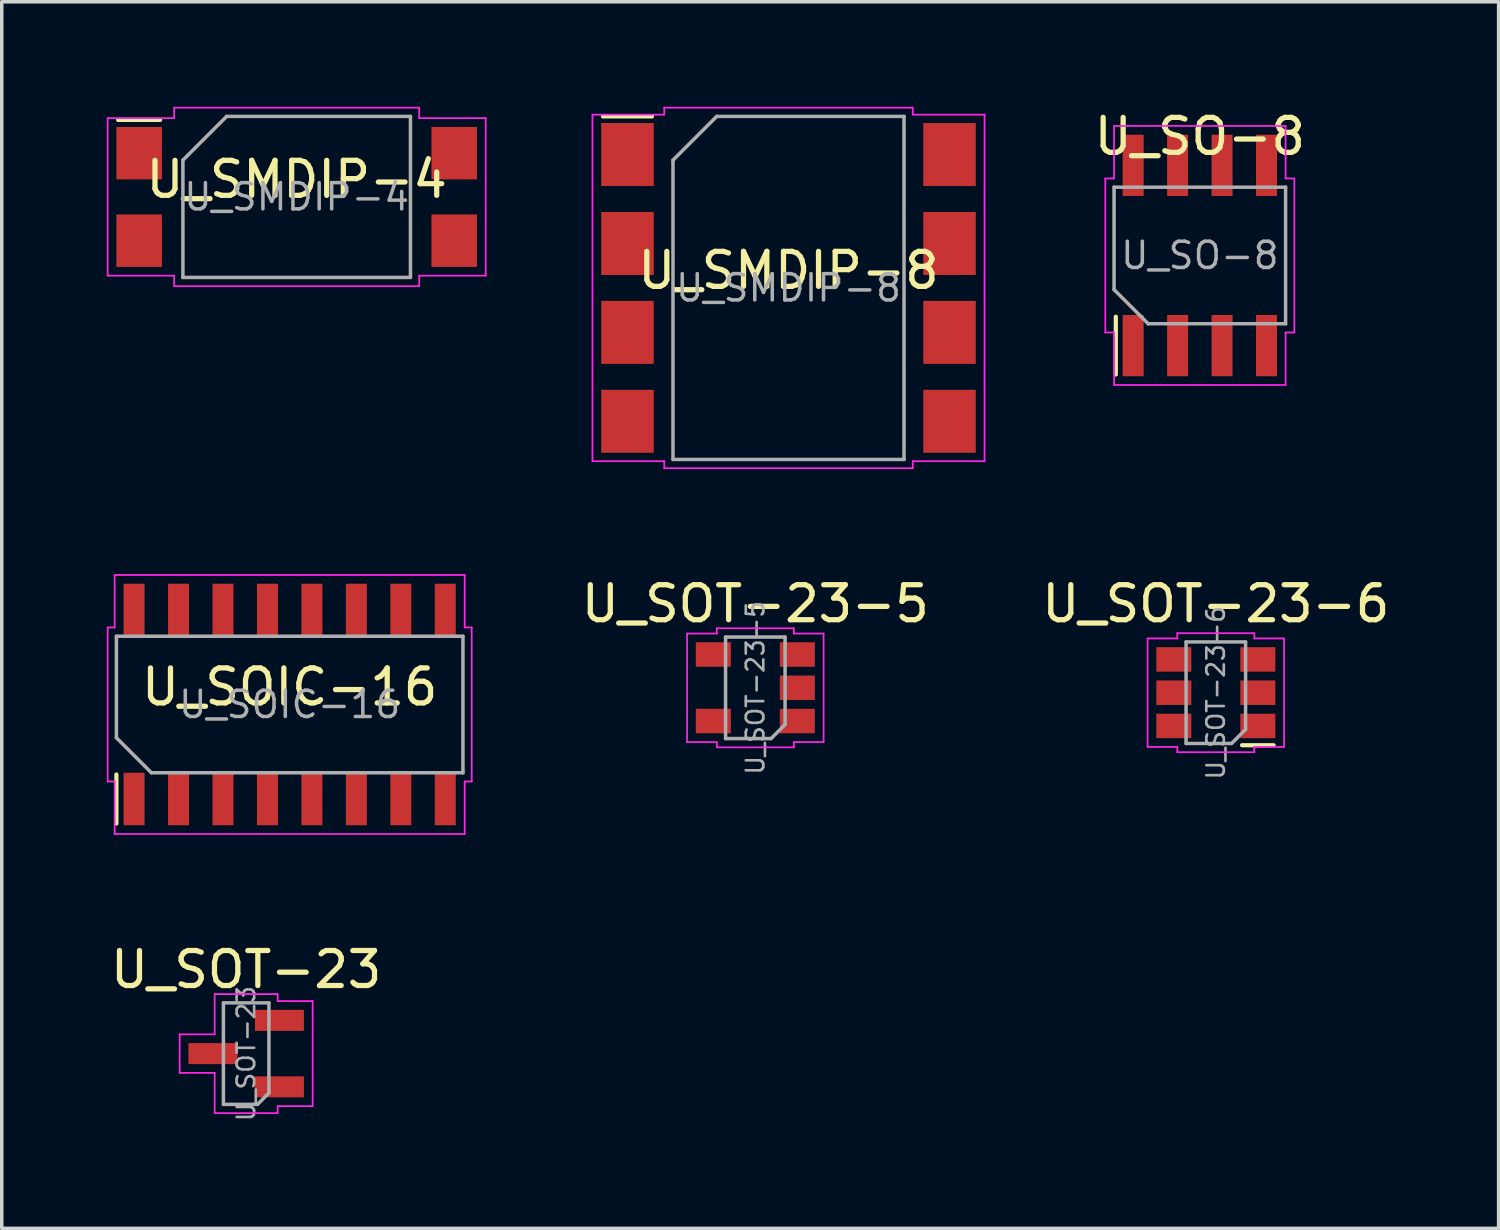
<source format=kicad_pcb>
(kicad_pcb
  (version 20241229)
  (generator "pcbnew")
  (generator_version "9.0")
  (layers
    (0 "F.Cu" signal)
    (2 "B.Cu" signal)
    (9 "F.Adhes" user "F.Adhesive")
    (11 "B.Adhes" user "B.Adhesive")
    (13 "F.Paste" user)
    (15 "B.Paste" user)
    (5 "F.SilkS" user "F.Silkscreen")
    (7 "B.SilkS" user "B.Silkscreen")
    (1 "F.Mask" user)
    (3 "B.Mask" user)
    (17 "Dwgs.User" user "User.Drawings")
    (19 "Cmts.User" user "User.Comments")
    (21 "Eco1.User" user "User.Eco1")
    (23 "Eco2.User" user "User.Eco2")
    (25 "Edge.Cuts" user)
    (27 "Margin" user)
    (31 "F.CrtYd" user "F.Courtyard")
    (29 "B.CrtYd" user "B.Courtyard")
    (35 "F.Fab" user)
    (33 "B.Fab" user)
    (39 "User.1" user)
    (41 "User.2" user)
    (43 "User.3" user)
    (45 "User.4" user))
  (footprint "U_SOT-23-5"
    (layer "F.Cu")
    (at 18.527 16.598)
    (property "Reference" "U_SOT-23-5" (at 0 -2.4 0) (layer "F.SilkS") (effects (font (size 1 1) (thickness 0.15))))
    (attr smd)
    (fp_line (start -1.95 1.55) (end -1.95 -1.55) (stroke (width 0.05) (type solid)) (layer "F.CrtYd"))
    (fp_line (start -1.95 1.55) (end -1.1 1.55) (stroke (width 0.05) (type solid)) (layer "F.CrtYd"))
    (fp_line (start -1.1 -1.7) (end -1.1 -1.55) (stroke (width 0.05) (type default)) (layer "F.CrtYd"))
    (fp_line (start -1.1 -1.55) (end -1.95 -1.55) (stroke (width 0.05) (type solid)) (layer "F.CrtYd"))
    (fp_line (start -1.1 1.55) (end -1.1 1.7) (stroke (width 0.05) (type default)) (layer "F.CrtYd"))
    (fp_line (start -1.1 1.7) (end 1.1 1.7) (stroke (width 0.05) (type default)) (layer "F.CrtYd"))
    (fp_line (start 1.1 -1.7) (end -1.1 -1.7) (stroke (width 0.05) (type default)) (layer "F.CrtYd"))
    (fp_line (start 1.1 -1.55) (end 1.1 -1.7) (stroke (width 0.05) (type default)) (layer "F.CrtYd"))
    (fp_line (start 1.1 1.55) (end 1.95 1.55) (stroke (width 0.05) (type solid)) (layer "F.CrtYd"))
    (fp_line (start 1.1 1.7) (end 1.1 1.55) (stroke (width 0.05) (type default)) (layer "F.CrtYd"))
    (fp_line (start 1.95 -1.55) (end 1.1 -1.55) (stroke (width 0.05) (type solid)) (layer "F.CrtYd"))
    (fp_line (start 1.95 -1.55) (end 1.95 1.55) (stroke (width 0.05) (type solid)) (layer "F.CrtYd"))
    (fp_line (start -0.85 -1.45) (end -0.85 1.45) (stroke (width 0.1) (type default)) (layer "F.Fab"))
    (fp_line (start -0.85 1.45) (end 0.45 1.45) (stroke (width 0.1) (type default)) (layer "F.Fab"))
    (fp_line (start 0.45 1.45) (end 0.85 1.05) (stroke (width 0.1) (type default)) (layer "F.Fab"))
    (fp_line (start 0.85 -1.45) (end -0.85 -1.45) (stroke (width 0.1) (type default)) (layer "F.Fab"))
    (fp_line (start 0.85 1.05) (end 0.85 -1.45) (stroke (width 0.1) (type default)) (layer "F.Fab"))
    (fp_text user "${REFERENCE}" (at 0 0 270) (layer "F.Fab") (effects (font (size 0.5 0.5) (thickness 0.075))))
    (pad "1" smd rect (at 1.2 0.95 180) (size 1 0.7) (layers "F.Cu" "F.Mask" "F.Paste"))
    (pad "2" smd rect (at 1.2 0 180) (size 1 0.7) (layers "F.Cu" "F.Mask" "F.Paste"))
    (pad "3" smd rect (at 1.2 -0.95 180) (size 1 0.7) (layers "F.Cu" "F.Mask" "F.Paste"))
    (pad "4" smd rect (at -1.2 -0.95 180) (size 1 0.7) (layers "F.Cu" "F.Mask" "F.Paste"))
    (pad "5" smd rect (at -1.2 0.95 180) (size 1 0.7) (layers "F.Cu" "F.Mask" "F.Paste")))
  (footprint "U_SMDIP-4"
    (layer "F.Cu")
    (at 5.425 2.575)
    (property "Reference" "U_SMDIP-4" (at 0 -0.5 0) (unlocked yes) (layer "F.SilkS") (effects (font (size 1 1) (thickness 0.15))))
    (attr smd)
    (fp_line (start -5.1 -2.2) (end -3.9 -2.2) (stroke (width 0.12) (type default)) (layer "F.SilkS"))
    (fp_line (start -5.4 -2.25) (end -3.5 -2.25) (stroke (width 0.05) (type default)) (layer "F.CrtYd"))
    (fp_line (start -5.4 2.25) (end -5.4 -2.25) (stroke (width 0.05) (type default)) (layer "F.CrtYd"))
    (fp_line (start -3.5 -2.55) (end 3.5 -2.55) (stroke (width 0.05) (type default)) (layer "F.CrtYd"))
    (fp_line (start -3.5 -2.25) (end -3.5 -2.55) (stroke (width 0.05) (type default)) (layer "F.CrtYd"))
    (fp_line (start -3.5 2.25) (end -5.4 2.25) (stroke (width 0.05) (type default)) (layer "F.CrtYd"))
    (fp_line (start -3.5 2.55) (end -3.5 2.25) (stroke (width 0.05) (type default)) (layer "F.CrtYd"))
    (fp_line (start 3.5 -2.55) (end 3.5 -2.25) (stroke (width 0.05) (type default)) (layer "F.CrtYd"))
    (fp_line (start 3.5 -2.25) (end 5.4 -2.25) (stroke (width 0.05) (type default)) (layer "F.CrtYd"))
    (fp_line (start 3.5 2.25) (end 3.5 2.55) (stroke (width 0.05) (type default)) (layer "F.CrtYd"))
    (fp_line (start 3.5 2.55) (end -3.5 2.55) (stroke (width 0.05) (type default)) (layer "F.CrtYd"))
    (fp_line (start 5.4 -2.25) (end 5.4 2.25) (stroke (width 0.05) (type default)) (layer "F.CrtYd"))
    (fp_line (start 5.4 2.25) (end 3.5 2.25) (stroke (width 0.05) (type default)) (layer "F.CrtYd"))
    (fp_line (start -3.25 -1.05) (end -2 -2.3) (stroke (width 0.1) (type default)) (layer "F.Fab"))
    (fp_line (start -3.25 2.3) (end -3.25 -1.05) (stroke (width 0.1) (type default)) (layer "F.Fab"))
    (fp_line (start -2 -2.3) (end 3.25 -2.3) (stroke (width 0.1) (type default)) (layer "F.Fab"))
    (fp_line (start 3.25 -2.3) (end 3.25 2.3) (stroke (width 0.1) (type default)) (layer "F.Fab"))
    (fp_line (start 3.25 2.3) (end -3.25 2.3) (stroke (width 0.1) (type default)) (layer "F.Fab"))
    (fp_text user "${REFERENCE}" (at 0 0 0) (layer "F.Fab") (effects (font (size 0.75 0.75) (thickness 0.1))))
    (pad "1" smd rect (at -4.5 -1.25) (size 1.3 1.5) (layers "F.Cu" "F.Mask" "F.Paste"))
    (pad "2" smd rect (at -4.5 1.25) (size 1.3 1.5) (layers "F.Cu" "F.Mask" "F.Paste"))
    (pad "3" smd rect (at 4.5 1.25) (size 1.3 1.5) (layers "F.Cu" "F.Mask" "F.Paste"))
    (pad "4" smd rect (at 4.5 -1.25) (size 1.3 1.5) (layers "F.Cu" "F.Mask" "F.Paste")))
  (footprint "U_SOT-23"
    (layer "F.Cu")
    (at 3.982 27.048)
    (property "Reference" "U_SOT-23" (at 0 -2.4 0) (layer "F.SilkS") (effects (font (size 1 1) (thickness 0.15))))
    (attr smd)
    (fp_line (start -1.9 -0.55) (end -1.9 0.55) (stroke (width 0.05) (type default)) (layer "F.CrtYd"))
    (fp_line (start -1.9 0.55) (end -0.9 0.55) (stroke (width 0.05) (type default)) (layer "F.CrtYd"))
    (fp_line (start -0.9 -1.7) (end -0.9 -0.55) (stroke (width 0.05) (type default)) (layer "F.CrtYd"))
    (fp_line (start -0.9 -1.7) (end 0.9 -1.7) (stroke (width 0.05) (type default)) (layer "F.CrtYd"))
    (fp_line (start -0.9 -0.55) (end -1.9 -0.55) (stroke (width 0.05) (type default)) (layer "F.CrtYd"))
    (fp_line (start -0.9 0.55) (end -0.9 1.7) (stroke (width 0.05) (type default)) (layer "F.CrtYd"))
    (fp_line (start 0.9 -1.7) (end 0.9 -1.5) (stroke (width 0.05) (type default)) (layer "F.CrtYd"))
    (fp_line (start 0.9 -1.5) (end 1.9 -1.5) (stroke (width 0.05) (type default)) (layer "F.CrtYd"))
    (fp_line (start 0.9 1.5) (end 0.9 1.7) (stroke (width 0.05) (type default)) (layer "F.CrtYd"))
    (fp_line (start 0.9 1.7) (end -0.9 1.7) (stroke (width 0.05) (type default)) (layer "F.CrtYd"))
    (fp_line (start 1.9 -1.5) (end 1.9 1.5) (stroke (width 0.05) (type default)) (layer "F.CrtYd"))
    (fp_line (start 1.9 1.5) (end 0.9 1.5) (stroke (width 0.05) (type default)) (layer "F.CrtYd"))
    (fp_line (start -0.65 -1.45) (end 0.65 -1.45) (stroke (width 0.1) (type solid)) (layer "F.Fab"))
    (fp_line (start -0.65 1.45) (end -0.65 -1.45) (stroke (width 0.1) (type solid)) (layer "F.Fab"))
    (fp_line (start 0.325 1.45) (end -0.65 1.45) (stroke (width 0.1) (type solid)) (layer "F.Fab"))
    (fp_line (start 0.65 -1.45) (end 0.65 1.125) (stroke (width 0.1) (type solid)) (layer "F.Fab"))
    (fp_line (start 0.65 1.125) (end 0.325 1.45) (stroke (width 0.1) (type solid)) (layer "F.Fab"))
    (fp_text user "${REFERENCE}" (at 0 0 270) (layer "F.Fab") (effects (font (size 0.5 0.5) (thickness 0.075))))
    (pad "1" smd rect (at 0.95 0.95 180) (size 1.4 0.6) (layers "F.Cu" "F.Mask" "F.Paste"))
    (pad "2" smd rect (at 0.95 -0.95 180) (size 1.4 0.6) (layers "F.Cu" "F.Mask" "F.Paste"))
    (pad "3" smd rect (at -0.95 0 180) (size 1.4 0.6) (layers "F.Cu" "F.Mask" "F.Paste")))
  (footprint "U_SOT-23-6"
    (layer "F.Cu")
    (at 31.682 16.738)
    (property "Reference" "U_SOT-23-6" (at 0 -2.54 0) (layer "F.SilkS") (effects (font (size 1 1) (thickness 0.15))))
    (attr smd)
    (fp_line (start 0.75 1.5) (end 1.65 1.5) (stroke (width 0.12) (type solid)) (layer "F.SilkS"))
    (fp_line (start -1.95 1.55) (end -1.95 -1.55) (stroke (width 0.05) (type solid)) (layer "F.CrtYd"))
    (fp_line (start -1.95 1.55) (end -1.1 1.55) (stroke (width 0.05) (type solid)) (layer "F.CrtYd"))
    (fp_line (start -1.1 -1.7) (end -1.1 -1.55) (stroke (width 0.05) (type default)) (layer "F.CrtYd"))
    (fp_line (start -1.1 -1.55) (end -1.95 -1.55) (stroke (width 0.05) (type solid)) (layer "F.CrtYd"))
    (fp_line (start -1.1 1.55) (end -1.1 1.7) (stroke (width 0.05) (type default)) (layer "F.CrtYd"))
    (fp_line (start -1.1 1.7) (end 1.1 1.7) (stroke (width 0.05) (type default)) (layer "F.CrtYd"))
    (fp_line (start 1.1 -1.7) (end -1.1 -1.7) (stroke (width 0.05) (type default)) (layer "F.CrtYd"))
    (fp_line (start 1.1 -1.55) (end 1.1 -1.7) (stroke (width 0.05) (type default)) (layer "F.CrtYd"))
    (fp_line (start 1.1 1.55) (end 1.95 1.55) (stroke (width 0.05) (type solid)) (layer "F.CrtYd"))
    (fp_line (start 1.1 1.7) (end 1.1 1.55) (stroke (width 0.05) (type default)) (layer "F.CrtYd"))
    (fp_line (start 1.95 -1.55) (end 1.1 -1.55) (stroke (width 0.05) (type solid)) (layer "F.CrtYd"))
    (fp_line (start 1.95 -1.55) (end 1.95 1.55) (stroke (width 0.05) (type solid)) (layer "F.CrtYd"))
    (fp_line (start -0.85 -1.45) (end -0.85 1.45) (stroke (width 0.1) (type default)) (layer "F.Fab"))
    (fp_line (start -0.85 1.45) (end 0.45 1.45) (stroke (width 0.1) (type default)) (layer "F.Fab"))
    (fp_line (start 0.45 1.45) (end 0.85 1.05) (stroke (width 0.1) (type default)) (layer "F.Fab"))
    (fp_line (start 0.85 -1.45) (end -0.85 -1.45) (stroke (width 0.1) (type default)) (layer "F.Fab"))
    (fp_line (start 0.85 1.05) (end 0.85 -1.45) (stroke (width 0.1) (type default)) (layer "F.Fab"))
    (fp_text user "${REFERENCE}" (at 0 0 270) (layer "F.Fab") (effects (font (size 0.5 0.5) (thickness 0.075))))
    (pad "1" smd rect (at 1.2 0.95 180) (size 1 0.7) (layers "F.Cu" "F.Mask" "F.Paste"))
    (pad "2" smd rect (at 1.2 0 180) (size 1 0.7) (layers "F.Cu" "F.Mask" "F.Paste"))
    (pad "3" smd rect (at 1.2 -0.95 180) (size 1 0.7) (layers "F.Cu" "F.Mask" "F.Paste"))
    (pad "4" smd rect (at -1.2 -0.95 180) (size 1 0.7) (layers "F.Cu" "F.Mask" "F.Paste"))
    (pad "5" smd rect (at -1.2 0 180) (size 1 0.7) (layers "F.Cu" "F.Mask" "F.Paste"))
    (pad "6" smd rect (at -1.2 0.95 180) (size 1 0.7) (layers "F.Cu" "F.Mask" "F.Paste")))
  (footprint "U_SOIC-16"
    (layer "F.Cu")
    (at 5.225 17.075)
    (property "Reference" "U_SOIC-16" (at 0 -0.5 0) (unlocked yes) (layer "F.SilkS") (effects (font (size 1 1) (thickness 0.15))))
    (attr smd)
    (fp_line (start -4.95 3.4) (end -4.95 2) (stroke (width 0.12) (type default)) (layer "F.SilkS"))
    (fp_line (start -5.2 -2.2) (end -5.2 2.2) (stroke (width 0.05) (type default)) (layer "F.CrtYd"))
    (fp_line (start -5.2 -2.2) (end -5 -2.2) (stroke (width 0.05) (type default)) (layer "F.CrtYd"))
    (fp_line (start -5.2 2.2) (end -5 2.2) (stroke (width 0.05) (type default)) (layer "F.CrtYd"))
    (fp_line (start -5 -3.7) (end -5 -2.2) (stroke (width 0.05) (type default)) (layer "F.CrtYd"))
    (fp_line (start -5 -3.7) (end 5 -3.7) (stroke (width 0.05) (type default)) (layer "F.CrtYd"))
    (fp_line (start -5 2.2) (end -5 3.7) (stroke (width 0.05) (type default)) (layer "F.CrtYd"))
    (fp_line (start 5 -2.2) (end 5 -3.7) (stroke (width 0.05) (type default)) (layer "F.CrtYd"))
    (fp_line (start 5 3.7) (end -5 3.7) (stroke (width 0.05) (type default)) (layer "F.CrtYd"))
    (fp_line (start 5 3.7) (end 5 2.2) (stroke (width 0.05) (type default)) (layer "F.CrtYd"))
    (fp_line (start 5.2 -2.2) (end 5 -2.2) (stroke (width 0.05) (type default)) (layer "F.CrtYd"))
    (fp_line (start 5.2 2.2) (end 5 2.2) (stroke (width 0.05) (type default)) (layer "F.CrtYd"))
    (fp_line (start 5.2 2.2) (end 5.2 -2.2) (stroke (width 0.05) (type default)) (layer "F.CrtYd"))
    (fp_line (start -4.95 -1.95) (end 4.95 -1.95) (stroke (width 0.1) (type default)) (layer "F.Fab"))
    (fp_line (start -4.95 0.95) (end -4.95 -1.95) (stroke (width 0.1) (type default)) (layer "F.Fab"))
    (fp_line (start -3.95 1.95) (end -4.95 0.95) (stroke (width 0.1) (type default)) (layer "F.Fab"))
    (fp_line (start 4.95 -1.95) (end 4.95 1.95) (stroke (width 0.1) (type default)) (layer "F.Fab"))
    (fp_line (start 4.95 1.95) (end -3.95 1.95) (stroke (width 0.1) (type default)) (layer "F.Fab"))
    (fp_text user "${REFERENCE}" (at 0 0 0) (layer "F.Fab") (effects (font (size 0.75 0.75) (thickness 0.1))))
    (pad "1" smd rect (at -4.445 2.7 90) (size 1.5 0.6) (layers "F.Cu" "F.Mask" "F.Paste"))
    (pad "2" smd rect (at -3.175 2.7 90) (size 1.5 0.6) (layers "F.Cu" "F.Mask" "F.Paste"))
    (pad "3" smd rect (at -1.905 2.7 90) (size 1.5 0.6) (layers "F.Cu" "F.Mask" "F.Paste"))
    (pad "4" smd rect (at -0.635 2.7 90) (size 1.5 0.6) (layers "F.Cu" "F.Mask" "F.Paste"))
    (pad "5" smd rect (at 0.635 2.7 90) (size 1.5 0.6) (layers "F.Cu" "F.Mask" "F.Paste"))
    (pad "6" smd rect (at 1.905 2.7 90) (size 1.5 0.6) (layers "F.Cu" "F.Mask" "F.Paste"))
    (pad "7" smd rect (at 3.175 2.7 90) (size 1.5 0.6) (layers "F.Cu" "F.Mask" "F.Paste"))
    (pad "8" smd rect (at 4.445 2.7 90) (size 1.5 0.6) (layers "F.Cu" "F.Mask" "F.Paste"))
    (pad "9" smd rect (at 4.445 -2.7 90) (size 1.5 0.6) (layers "F.Cu" "F.Mask" "F.Paste"))
    (pad "10" smd rect (at 3.175 -2.7 90) (size 1.5 0.6) (layers "F.Cu" "F.Mask" "F.Paste"))
    (pad "11" smd rect (at 1.905 -2.7 90) (size 1.5 0.6) (layers "F.Cu" "F.Mask" "F.Paste"))
    (pad "12" smd rect (at 0.635 -2.7 90) (size 1.5 0.6) (layers "F.Cu" "F.Mask" "F.Paste"))
    (pad "13" smd rect (at -0.635 -2.7 90) (size 1.5 0.6) (layers "F.Cu" "F.Mask" "F.Paste"))
    (pad "14" smd rect (at -1.905 -2.7 90) (size 1.5 0.6) (layers "F.Cu" "F.Mask" "F.Paste"))
    (pad "15" smd rect (at -3.175 -2.7 90) (size 1.5 0.6) (layers "F.Cu" "F.Mask" "F.Paste"))
    (pad "16" smd rect (at -4.445 -2.7 90) (size 1.5 0.6) (layers "F.Cu" "F.Mask" "F.Paste")))
  (footprint "U_SO-8"
    (layer "F.Cu")
    (at 31.225 4.248)
    (property "Reference" "U_SO-8" (at 0 -3.4 0) (layer "F.SilkS") (effects (font (size 1 1) (thickness 0.15))))
    (attr smd)
    (fp_line (start -2.4 3.4) (end -2.4 1.75) (stroke (width 0.12) (type solid)) (layer "F.SilkS"))
    (fp_line (start -2.7 -2.2) (end -2.7 2.2) (stroke (width 0.05) (type default)) (layer "F.CrtYd"))
    (fp_line (start -2.7 -2.2) (end -2.45 -2.2) (stroke (width 0.05) (type default)) (layer "F.CrtYd"))
    (fp_line (start -2.45 -2.2) (end -2.45 -3.7) (stroke (width 0.05) (type default)) (layer "F.CrtYd"))
    (fp_line (start -2.45 2.2) (end -2.7 2.2) (stroke (width 0.05) (type default)) (layer "F.CrtYd"))
    (fp_line (start -2.45 3.7) (end -2.45 2.2) (stroke (width 0.05) (type default)) (layer "F.CrtYd"))
    (fp_line (start -2.45 3.7) (end 2.45 3.7) (stroke (width 0.05) (type default)) (layer "F.CrtYd"))
    (fp_line (start 2.45 -3.7) (end -2.45 -3.7) (stroke (width 0.05) (type default)) (layer "F.CrtYd"))
    (fp_line (start 2.45 -3.7) (end 2.45 -2.2) (stroke (width 0.05) (type default)) (layer "F.CrtYd"))
    (fp_line (start 2.45 -2.2) (end 2.7 -2.2) (stroke (width 0.05) (type default)) (layer "F.CrtYd"))
    (fp_line (start 2.45 2.2) (end 2.45 3.7) (stroke (width 0.05) (type default)) (layer "F.CrtYd"))
    (fp_line (start 2.7 2.2) (end 2.45 2.2) (stroke (width 0.05) (type default)) (layer "F.CrtYd"))
    (fp_line (start 2.7 2.2) (end 2.7 -2.2) (stroke (width 0.05) (type default)) (layer "F.CrtYd"))
    (fp_line (start -2.45 -1.95) (end 2.45 -1.95) (stroke (width 0.1) (type solid)) (layer "F.Fab"))
    (fp_line (start -2.45 0.975) (end -2.45 -1.95) (stroke (width 0.1) (type solid)) (layer "F.Fab"))
    (fp_line (start -1.475 1.95) (end -2.45 0.975) (stroke (width 0.1) (type solid)) (layer "F.Fab"))
    (fp_line (start 2.45 -1.95) (end 2.45 1.95) (stroke (width 0.1) (type solid)) (layer "F.Fab"))
    (fp_line (start 2.45 1.95) (end -1.475 1.95) (stroke (width 0.1) (type solid)) (layer "F.Fab"))
    (fp_text user "${REFERENCE}" (at 0 0 0) (layer "F.Fab") (effects (font (size 0.75 0.75) (thickness 0.1))))
    (pad "1" smd rect (at -1.905 2.575 90) (size 1.75 0.6) (layers "F.Cu" "F.Mask" "F.Paste"))
    (pad "2" smd rect (at -0.635 2.575 90) (size 1.75 0.6) (layers "F.Cu" "F.Mask" "F.Paste"))
    (pad "3" smd rect (at 0.635 2.575 90) (size 1.75 0.6) (layers "F.Cu" "F.Mask" "F.Paste"))
    (pad "4" smd rect (at 1.905 2.575 90) (size 1.75 0.6) (layers "F.Cu" "F.Mask" "F.Paste"))
    (pad "5" smd rect (at 1.905 -2.575 90) (size 1.75 0.6) (layers "F.Cu" "F.Mask" "F.Paste"))
    (pad "6" smd rect (at 0.635 -2.575 90) (size 1.75 0.6) (layers "F.Cu" "F.Mask" "F.Paste"))
    (pad "7" smd rect (at -0.635 -2.575 90) (size 1.75 0.6) (layers "F.Cu" "F.Mask" "F.Paste"))
    (pad "8" smd rect (at -1.905 -2.575 90) (size 1.75 0.6) (layers "F.Cu" "F.Mask" "F.Paste")))
  (footprint "U_SMDIP-8"
    (layer "F.Cu")
    (at 19.475 5.175)
    (property "Reference" "U_SMDIP-8" (at 0 -0.5 0) (unlocked yes) (layer "F.SilkS") (effects (font (size 1 1) (thickness 0.15))))
    (attr smd)
    (fp_line (start -5.3 -4.9) (end -3.9 -4.9) (stroke (width 0.12) (type default)) (layer "F.SilkS"))
    (fp_line (start -5.6 -4.95) (end -5.6 4.95) (stroke (width 0.05) (type default)) (layer "F.CrtYd"))
    (fp_line (start -5.6 -4.95) (end -3.55 -4.95) (stroke (width 0.05) (type default)) (layer "F.CrtYd"))
    (fp_line (start -3.55 -5.15) (end 3.55 -5.15) (stroke (width 0.05) (type default)) (layer "F.CrtYd"))
    (fp_line (start -3.55 -4.95) (end -3.55 -5.15) (stroke (width 0.05) (type default)) (layer "F.CrtYd"))
    (fp_line (start -3.55 4.95) (end -5.6 4.95) (stroke (width 0.05) (type default)) (layer "F.CrtYd"))
    (fp_line (start -3.55 5.15) (end -3.55 4.95) (stroke (width 0.05) (type default)) (layer "F.CrtYd"))
    (fp_line (start 3.55 -5.15) (end 3.55 -4.95) (stroke (width 0.05) (type default)) (layer "F.CrtYd"))
    (fp_line (start 3.55 -4.95) (end 5.6 -4.95) (stroke (width 0.05) (type default)) (layer "F.CrtYd"))
    (fp_line (start 3.55 4.95) (end 3.55 5.15) (stroke (width 0.05) (type default)) (layer "F.CrtYd"))
    (fp_line (start 3.55 5.15) (end -3.55 5.15) (stroke (width 0.05) (type default)) (layer "F.CrtYd"))
    (fp_line (start 5.6 4.95) (end 3.55 4.95) (stroke (width 0.05) (type default)) (layer "F.CrtYd"))
    (fp_line (start 5.6 4.95) (end 5.6 -4.95) (stroke (width 0.05) (type default)) (layer "F.CrtYd"))
    (fp_line (start -3.3 -3.65) (end -2.05 -4.9) (stroke (width 0.1) (type default)) (layer "F.Fab"))
    (fp_line (start -3.3 4.9) (end -3.3 -3.65) (stroke (width 0.1) (type default)) (layer "F.Fab"))
    (fp_line (start -2.05 -4.9) (end 3.3 -4.9) (stroke (width 0.1) (type default)) (layer "F.Fab"))
    (fp_line (start 3.3 -4.9) (end 3.3 4.9) (stroke (width 0.1) (type default)) (layer "F.Fab"))
    (fp_line (start 3.3 4.9) (end -3.3 4.9) (stroke (width 0.1) (type default)) (layer "F.Fab"))
    (fp_text user "${REFERENCE}" (at 0 0 0) (layer "F.Fab") (effects (font (size 0.75 0.75) (thickness 0.1))))
    (pad "1" smd rect (at -4.6 -3.81) (size 1.5 1.8) (layers "F.Cu" "F.Mask" "F.Paste"))
    (pad "2" smd rect (at -4.6 -1.27) (size 1.5 1.8) (layers "F.Cu" "F.Mask" "F.Paste"))
    (pad "3" smd rect (at -4.6 1.27) (size 1.5 1.8) (layers "F.Cu" "F.Mask" "F.Paste"))
    (pad "4" smd rect (at -4.6 3.81) (size 1.5 1.8) (layers "F.Cu" "F.Mask" "F.Paste"))
    (pad "5" smd rect (at 4.6 3.81) (size 1.5 1.8) (layers "F.Cu" "F.Mask" "F.Paste"))
    (pad "6" smd rect (at 4.6 1.27) (size 1.5 1.8) (layers "F.Cu" "F.Mask" "F.Paste"))
    (pad "7" smd rect (at 4.6 -1.27) (size 1.5 1.8) (layers "F.Cu" "F.Mask" "F.Paste"))
    (pad "8" smd rect (at 4.6 -3.81) (size 1.5 1.8) (layers "F.Cu" "F.Mask" "F.Paste")))
  (gr_rect
    (start -3 -3)
    (end 39.76 32.039)
    (stroke (width 0.1) (type default))
    (fill no)
    (layer "Edge.Cuts")))
</source>
